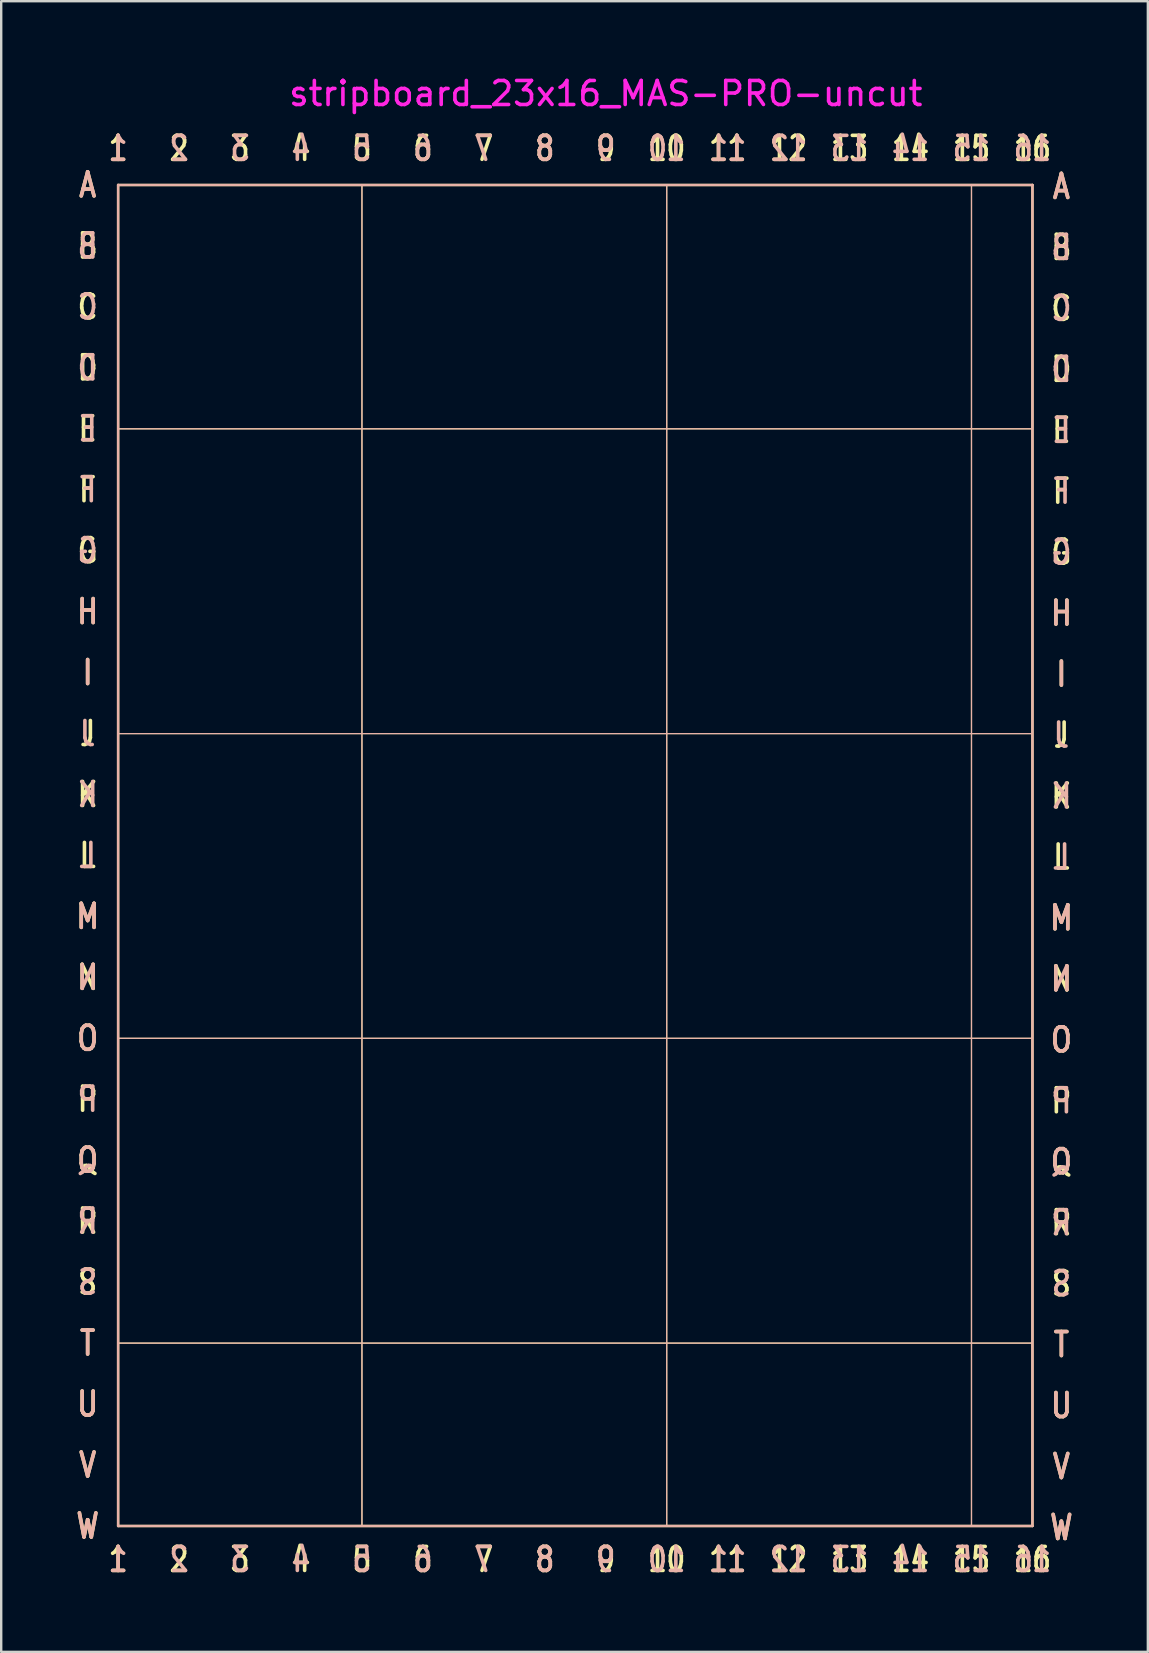
<source format=kicad_pcb>
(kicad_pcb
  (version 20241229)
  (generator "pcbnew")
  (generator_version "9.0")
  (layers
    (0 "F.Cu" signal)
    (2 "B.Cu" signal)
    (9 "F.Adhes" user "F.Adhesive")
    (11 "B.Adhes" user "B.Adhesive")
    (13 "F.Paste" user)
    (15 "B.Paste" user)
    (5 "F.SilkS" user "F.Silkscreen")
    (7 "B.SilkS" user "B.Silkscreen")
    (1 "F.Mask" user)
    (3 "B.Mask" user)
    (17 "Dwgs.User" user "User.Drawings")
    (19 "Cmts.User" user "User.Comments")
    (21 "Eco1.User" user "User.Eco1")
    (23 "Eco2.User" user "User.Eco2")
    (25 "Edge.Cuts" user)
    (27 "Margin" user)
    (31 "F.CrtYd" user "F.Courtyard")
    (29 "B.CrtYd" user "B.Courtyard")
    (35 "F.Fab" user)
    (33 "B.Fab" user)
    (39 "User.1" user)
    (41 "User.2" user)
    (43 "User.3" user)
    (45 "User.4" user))
  (footprint "stripboard_23x16_MAS-PRO-uncut"
    (layer "F.Cu")
    (at 22.192 33.868)
    (property "Reference" "stripboard_23x16_MAS-PRO-uncut" (at 0 -33.02 0) (layer "F.CrtYd") (effects (font (size 1 1) (thickness 0.15))))
    (attr exclude_from_pos_files exclude_from_bom)
    (fp_line (start -20.32 -29.21) (end -20.32 26.67) (stroke (width 0.1) (type solid)) (layer "F.SilkS"))
    (fp_line (start -20.32 -19.05) (end 17.78 -19.05) (stroke (width 0.05) (type solid)) (layer "F.SilkS"))
    (fp_line (start -20.32 -6.35) (end 17.78 -6.35) (stroke (width 0.05) (type solid)) (layer "F.SilkS"))
    (fp_line (start -20.32 6.35) (end 17.78 6.35) (stroke (width 0.05) (type solid)) (layer "F.SilkS"))
    (fp_line (start -20.32 19.05) (end 17.78 19.05) (stroke (width 0.05) (type solid)) (layer "F.SilkS"))
    (fp_line (start -20.32 26.67) (end 17.78 26.67) (stroke (width 0.1) (type solid)) (layer "F.SilkS"))
    (fp_line (start -10.16 -29.21) (end -10.16 26.67) (stroke (width 0.05) (type solid)) (layer "F.SilkS"))
    (fp_line (start 2.54 26.67) (end 2.54 -29.21) (stroke (width 0.05) (type solid)) (layer "F.SilkS"))
    (fp_line (start 15.24 26.67) (end 15.24 -29.21) (stroke (width 0.05) (type solid)) (layer "F.SilkS"))
    (fp_line (start 17.78 -29.21) (end -20.32 -29.21) (stroke (width 0.1) (type solid)) (layer "F.SilkS"))
    (fp_line (start 17.78 26.67) (end 17.78 -29.21) (stroke (width 0.1) (type solid)) (layer "F.SilkS"))
    (fp_line (start -20.32 -29.21) (end -20.32 26.67) (stroke (width 0.1) (type solid)) (layer "B.SilkS"))
    (fp_line (start -20.32 -19.05) (end 17.78 -19.05) (stroke (width 0.05) (type solid)) (layer "B.SilkS"))
    (fp_line (start -20.32 -6.35) (end 17.78 -6.35) (stroke (width 0.05) (type solid)) (layer "B.SilkS"))
    (fp_line (start -20.32 6.35) (end 17.78 6.35) (stroke (width 0.05) (type solid)) (layer "B.SilkS"))
    (fp_line (start -20.32 19.05) (end 17.78 19.05) (stroke (width 0.05) (type solid)) (layer "B.SilkS"))
    (fp_line (start -20.32 26.67) (end 17.78 26.67) (stroke (width 0.1) (type solid)) (layer "B.SilkS"))
    (fp_line (start -10.16 -29.21) (end -10.16 26.67) (stroke (width 0.05) (type solid)) (layer "B.SilkS"))
    (fp_line (start 2.54 26.67) (end 2.54 -29.21) (stroke (width 0.05) (type solid)) (layer "B.SilkS"))
    (fp_line (start 15.24 26.67) (end 15.24 -29.21) (stroke (width 0.05) (type solid)) (layer "B.SilkS"))
    (fp_line (start 17.78 -29.21) (end -20.32 -29.21) (stroke (width 0.1) (type solid)) (layer "B.SilkS"))
    (fp_line (start 17.78 26.67) (end 17.78 -29.21) (stroke (width 0.1) (type solid)) (layer "B.SilkS"))
    (fp_text user "U" (at -21.59 21.59 180) (layer "F.SilkS") (effects (font (size 1 0.8) (thickness 0.15))))
    (fp_text user "6" (at -7.62 28.067 0) (layer "F.SilkS") (effects (font (size 1 0.8) (thickness 0.15))))
    (fp_text user "A" (at 18.986 -29.146 180) (layer "F.SilkS") (effects (font (size 1 0.8) (thickness 0.15))))
    (fp_text user "7" (at -5.08 28.067 0) (layer "F.SilkS") (effects (font (size 1 0.8) (thickness 0.15))))
    (fp_text user "G" (at 18.986 -13.906 180) (layer "F.SilkS") (effects (font (size 1 0.8) (thickness 0.15))))
    (fp_text user "O" (at -21.59 6.35 180) (layer "F.SilkS") (effects (font (size 1 0.8) (thickness 0.15))))
    (fp_text user "B" (at -21.59 -26.67 180) (layer "F.SilkS") (effects (font (size 1 0.8) (thickness 0.15))))
    (fp_text user "W" (at -21.59 26.67 180) (layer "F.SilkS") (effects (font (size 1 0.8) (thickness 0.15))))
    (fp_text user "5" (at -10.16 -30.734 0) (layer "F.SilkS") (effects (font (size 1 0.8) (thickness 0.15))))
    (fp_text user "M" (at 18.986 1.333 180) (layer "F.SilkS") (effects (font (size 1 0.8) (thickness 0.15))))
    (fp_text user "K" (at -21.59 -3.81 180) (layer "F.SilkS") (effects (font (size 1 0.8) (thickness 0.15))))
    (fp_text user "E" (at 18.986 -18.986 180) (layer "F.SilkS") (effects (font (size 1 0.8) (thickness 0.15))))
    (fp_text user "11" (at 5.08 28.067 0) (layer "F.SilkS") (effects (font (size 1 0.8) (thickness 0.15))))
    (fp_text user "10" (at 2.54 28.067 0) (layer "F.SilkS") (effects (font (size 1 0.8) (thickness 0.15))))
    (fp_text user "13" (at 10.16 -30.734 0) (layer "F.SilkS") (effects (font (size 1 0.8) (thickness 0.15))))
    (fp_text user "V" (at -21.59 24.13 180) (layer "F.SilkS") (effects (font (size 1 0.8) (thickness 0.15))))
    (fp_text user "9" (at 0 -30.734 0) (layer "F.SilkS") (effects (font (size 1 0.8) (thickness 0.15))))
    (fp_text user "R" (at 18.986 14.034 180) (layer "F.SilkS") (effects (font (size 1 0.8) (thickness 0.15))))
    (fp_text user "I" (at 18.986 -8.826 180) (layer "F.SilkS") (effects (font (size 1 0.8) (thickness 0.15))))
    (fp_text user "R" (at -21.59 13.97 180) (layer "F.SilkS") (effects (font (size 1 0.8) (thickness 0.15))))
    (fp_text user "8" (at -2.54 -30.734 0) (layer "F.SilkS") (effects (font (size 1 0.8) (thickness 0.15))))
    (fp_text user "5" (at -10.16 28.067 0) (layer "F.SilkS") (effects (font (size 1 0.8) (thickness 0.15))))
    (fp_text user "G" (at -21.59 -13.97 180) (layer "F.SilkS") (effects (font (size 1 0.8) (thickness 0.15))))
    (fp_text user "4" (at -12.7 -30.734 0) (layer "F.SilkS") (effects (font (size 1 0.8) (thickness 0.15))))
    (fp_text user "J" (at -21.59 -6.35 180) (layer "F.SilkS") (effects (font (size 1 0.8) (thickness 0.15))))
    (fp_text user "16" (at 17.78 28.067 0) (layer "F.SilkS") (effects (font (size 1 0.8) (thickness 0.15))))
    (fp_text user "13" (at 10.16 28.067 0) (layer "F.SilkS") (effects (font (size 1 0.8) (thickness 0.15))))
    (fp_text user "P" (at -21.59 8.89 180) (layer "F.SilkS") (effects (font (size 1 0.8) (thickness 0.15))))
    (fp_text user "M" (at -21.59 1.27 180) (layer "F.SilkS") (effects (font (size 1 0.8) (thickness 0.15))))
    (fp_text user "3" (at -15.24 28.067 0) (layer "F.SilkS") (effects (font (size 1 0.8) (thickness 0.15))))
    (fp_text user "15" (at 15.24 28.067 0) (layer "F.SilkS") (effects (font (size 1 0.8) (thickness 0.15))))
    (fp_text user "11" (at 5.08 -30.734 0) (layer "F.SilkS") (effects (font (size 1 0.8) (thickness 0.15))))
    (fp_text user "C" (at 18.986 -24.067 180) (layer "F.SilkS") (effects (font (size 1 0.8) (thickness 0.15))))
    (fp_text user "O" (at 18.986 6.413 180) (layer "F.SilkS") (effects (font (size 1 0.8) (thickness 0.15))))
    (fp_text user "3" (at -15.24 -30.734 0) (layer "F.SilkS") (effects (font (size 1 0.8) (thickness 0.15))))
    (fp_text user "7" (at -5.08 -30.734 0) (layer "F.SilkS") (effects (font (size 1 0.8) (thickness 0.15))))
    (fp_text user "L" (at -21.59 -1.27 180) (layer "F.SilkS") (effects (font (size 1 0.8) (thickness 0.15))))
    (fp_text user "I" (at -21.59 -8.89 180) (layer "F.SilkS") (effects (font (size 1 0.8) (thickness 0.15))))
    (fp_text user "H" (at -21.59 -11.43 180) (layer "F.SilkS") (effects (font (size 1 0.8) (thickness 0.15))))
    (fp_text user "16" (at 17.78 -30.734 0) (layer "F.SilkS") (effects (font (size 1 0.8) (thickness 0.15))))
    (fp_text user "E" (at -21.59 -19.05 180) (layer "F.SilkS") (effects (font (size 1 0.8) (thickness 0.15))))
    (fp_text user "N" (at -21.59 3.81 180) (layer "F.SilkS") (effects (font (size 1 0.8) (thickness 0.15))))
    (fp_text user "9" (at 0 28.067 0) (layer "F.SilkS") (effects (font (size 1 0.8) (thickness 0.15))))
    (fp_text user "K" (at 18.986 -3.747 180) (layer "F.SilkS") (effects (font (size 1 0.8) (thickness 0.15))))
    (fp_text user "S" (at 18.986 16.573 180) (layer "F.SilkS") (effects (font (size 1 0.8) (thickness 0.15))))
    (fp_text user "L" (at 18.986 -1.206 180) (layer "F.SilkS") (effects (font (size 1 0.8) (thickness 0.15))))
    (fp_text user "P" (at 18.986 8.954 180) (layer "F.SilkS") (effects (font (size 1 0.8) (thickness 0.15))))
    (fp_text user "2" (at -17.78 28.067 0) (layer "F.SilkS") (effects (font (size 1 0.8) (thickness 0.15))))
    (fp_text user "Q" (at -21.59 11.43 180) (layer "F.SilkS") (effects (font (size 1 0.8) (thickness 0.15))))
    (fp_text user "12" (at 7.62 -30.734 0) (layer "F.SilkS") (effects (font (size 1 0.8) (thickness 0.15))))
    (fp_text user "U" (at 18.986 21.654 180) (layer "F.SilkS") (effects (font (size 1 0.8) (thickness 0.15))))
    (fp_text user "14" (at 12.7 -30.734 0) (layer "F.SilkS") (effects (font (size 1 0.8) (thickness 0.15))))
    (fp_text user "N" (at 18.986 3.873 180) (layer "F.SilkS") (effects (font (size 1 0.8) (thickness 0.15))))
    (fp_text user "V" (at 18.986 24.194 180) (layer "F.SilkS") (effects (font (size 1 0.8) (thickness 0.15))))
    (fp_text user "D" (at -21.59 -21.59 180) (layer "F.SilkS") (effects (font (size 1 0.8) (thickness 0.15))))
    (fp_text user "B" (at 18.986 -26.607 180) (layer "F.SilkS") (effects (font (size 1 0.8) (thickness 0.15))))
    (fp_text user "12" (at 7.62 28.067 0) (layer "F.SilkS") (effects (font (size 1 0.8) (thickness 0.15))))
    (fp_text user "W" (at 18.986 26.733 180) (layer "F.SilkS") (effects (font (size 1 0.8) (thickness 0.15))))
    (fp_text user "D" (at 18.986 -21.526 180) (layer "F.SilkS") (effects (font (size 1 0.8) (thickness 0.15))))
    (fp_text user "S" (at -21.59 16.51 180) (layer "F.SilkS") (effects (font (size 1 0.8) (thickness 0.15))))
    (fp_text user "15" (at 15.24 -30.734 0) (layer "F.SilkS") (effects (font (size 1 0.8) (thickness 0.15))))
    (fp_text user "4" (at -12.7 28.067 0) (layer "F.SilkS") (effects (font (size 1 0.8) (thickness 0.15))))
    (fp_text user "A" (at -21.59 -29.21 180) (layer "F.SilkS") (effects (font (size 1 0.8) (thickness 0.15))))
    (fp_text user "14" (at 12.7 28.067 0) (layer "F.SilkS") (effects (font (size 1 0.8) (thickness 0.15))))
    (fp_text user "C" (at -21.59 -24.13 180) (layer "F.SilkS") (effects (font (size 1 0.8) (thickness 0.15))))
    (fp_text user "Q" (at 18.986 11.493 180) (layer "F.SilkS") (effects (font (size 1 0.8) (thickness 0.15))))
    (fp_text user "6" (at -7.62 -30.734 0) (layer "F.SilkS") (effects (font (size 1 0.8) (thickness 0.15))))
    (fp_text user "T" (at -21.59 19.05 180) (layer "F.SilkS") (effects (font (size 1 0.8) (thickness 0.15))))
    (fp_text user "T" (at 18.986 19.113 180) (layer "F.SilkS") (effects (font (size 1 0.8) (thickness 0.15))))
    (fp_text user "1" (at -20.32 -30.734 0) (layer "F.SilkS") (effects (font (size 1 0.8) (thickness 0.15))))
    (fp_text user "J" (at 18.986 -6.287 180) (layer "F.SilkS") (effects (font (size 1 0.8) (thickness 0.15))))
    (fp_text user "1" (at -20.32 28.067 0) (layer "F.SilkS") (effects (font (size 1 0.8) (thickness 0.15))))
    (fp_text user "2" (at -17.78 -30.734 0) (layer "F.SilkS") (effects (font (size 1 0.8) (thickness 0.15))))
    (fp_text user "8" (at -2.54 28.067 0) (layer "F.SilkS") (effects (font (size 1 0.8) (thickness 0.15))))
    (fp_text user "F" (at -21.59 -16.51 180) (layer "F.SilkS") (effects (font (size 1 0.8) (thickness 0.15))))
    (fp_text user "F" (at 18.986 -16.447 180) (layer "F.SilkS") (effects (font (size 1 0.8) (thickness 0.15))))
    (fp_text user "H" (at 18.986 -11.367 180) (layer "F.SilkS") (effects (font (size 1 0.8) (thickness 0.15))))
    (fp_text user "10" (at 2.54 -30.734 0) (layer "F.SilkS") (effects (font (size 1 0.8) (thickness 0.15))))
    (fp_text user "6" (at -7.62 -30.734 0) (layer "B.SilkS") (effects (font (size 1 0.8) (thickness 0.15)) (justify mirror)))
    (fp_text user "9" (at 0 28.067 0) (layer "B.SilkS") (effects (font (size 1 0.8) (thickness 0.15)) (justify mirror)))
    (fp_text user "H" (at 18.986 -11.367 180) (layer "B.SilkS") (effects (font (size 1 0.8) (thickness 0.15)) (justify mirror)))
    (fp_text user "W" (at 18.986 26.733 180) (layer "B.SilkS") (effects (font (size 1 0.8) (thickness 0.15)) (justify mirror)))
    (fp_text user "11" (at 5.08 -30.734 0) (layer "B.SilkS") (effects (font (size 1 0.8) (thickness 0.15)) (justify mirror)))
    (fp_text user "D" (at -21.59 -21.59 180) (layer "B.SilkS") (effects (font (size 1 0.8) (thickness 0.15)) (justify mirror)))
    (fp_text user "10" (at 2.54 28.067 0) (layer "B.SilkS") (effects (font (size 1 0.8) (thickness 0.15)) (justify mirror)))
    (fp_text user "4" (at -12.7 -30.734 0) (layer "B.SilkS") (effects (font (size 1 0.8) (thickness 0.15)) (justify mirror)))
    (fp_text user "16" (at 17.78 -30.734 0) (layer "B.SilkS") (effects (font (size 1 0.8) (thickness 0.15)) (justify mirror)))
    (fp_text user "11" (at 5.08 28.067 0) (layer "B.SilkS") (effects (font (size 1 0.8) (thickness 0.15)) (justify mirror)))
    (fp_text user "8" (at -2.54 28.067 0) (layer "B.SilkS") (effects (font (size 1 0.8) (thickness 0.15)) (justify mirror)))
    (fp_text user "12" (at 7.62 28.067 0) (layer "B.SilkS") (effects (font (size 1 0.8) (thickness 0.15)) (justify mirror)))
    (fp_text user "S" (at -21.59 16.51 180) (layer "B.SilkS") (effects (font (size 1 0.8) (thickness 0.15)) (justify mirror)))
    (fp_text user "H" (at -21.59 -11.43 180) (layer "B.SilkS") (effects (font (size 1 0.8) (thickness 0.15)) (justify mirror)))
    (fp_text user "O" (at 18.986 6.413 180) (layer "B.SilkS") (effects (font (size 1 0.8) (thickness 0.15)) (justify mirror)))
    (fp_text user "1" (at -20.32 -30.734 0) (layer "B.SilkS") (effects (font (size 1 0.8) (thickness 0.15)) (justify mirror)))
    (fp_text user "A" (at 18.986 -29.146 180) (layer "B.SilkS") (effects (font (size 1 0.8) (thickness 0.15)) (justify mirror)))
    (fp_text user "G" (at -21.59 -13.97 180) (layer "B.SilkS") (effects (font (size 1 0.8) (thickness 0.15)) (justify mirror)))
    (fp_text user "3" (at -15.24 28.067 0) (layer "B.SilkS") (effects (font (size 1 0.8) (thickness 0.15)) (justify mirror)))
    (fp_text user "Q" (at -21.59 11.43 180) (layer "B.SilkS") (effects (font (size 1 0.8) (thickness 0.15)) (justify mirror)))
    (fp_text user "12" (at 7.62 -30.734 0) (layer "B.SilkS") (effects (font (size 1 0.8) (thickness 0.15)) (justify mirror)))
    (fp_text user "7" (at -5.08 28.067 0) (layer "B.SilkS") (effects (font (size 1 0.8) (thickness 0.15)) (justify mirror)))
    (fp_text user "B" (at 18.986 -26.607 180) (layer "B.SilkS") (effects (font (size 1 0.8) (thickness 0.15)) (justify mirror)))
    (fp_text user "2" (at -17.78 -30.734 0) (layer "B.SilkS") (effects (font (size 1 0.8) (thickness 0.15)) (justify mirror)))
    (fp_text user "A" (at -21.59 -29.21 180) (layer "B.SilkS") (effects (font (size 1 0.8) (thickness 0.15)) (justify mirror)))
    (fp_text user "5" (at -10.16 28.067 0) (layer "B.SilkS") (effects (font (size 1 0.8) (thickness 0.15)) (justify mirror)))
    (fp_text user "2" (at -17.78 28.067 0) (layer "B.SilkS") (effects (font (size 1 0.8) (thickness 0.15)) (justify mirror)))
    (fp_text user "N" (at -21.59 3.81 180) (layer "B.SilkS") (effects (font (size 1 0.8) (thickness 0.15)) (justify mirror)))
    (fp_text user "1" (at -20.32 28.067 0) (layer "B.SilkS") (effects (font (size 1 0.8) (thickness 0.15)) (justify mirror)))
    (fp_text user "8" (at -2.54 -30.734 0) (layer "B.SilkS") (effects (font (size 1 0.8) (thickness 0.15)) (justify mirror)))
    (fp_text user "T" (at -21.59 19.05 180) (layer "B.SilkS") (effects (font (size 1 0.8) (thickness 0.15)) (justify mirror)))
    (fp_text user "T" (at 18.986 19.113 180) (layer "B.SilkS") (effects (font (size 1 0.8) (thickness 0.15)) (justify mirror)))
    (fp_text user "P" (at 18.986 8.954 180) (layer "B.SilkS") (effects (font (size 1 0.8) (thickness 0.15)) (justify mirror)))
    (fp_text user "K" (at 18.986 -3.747 180) (layer "B.SilkS") (effects (font (size 1 0.8) (thickness 0.15)) (justify mirror)))
    (fp_text user "9" (at 0 -30.734 0) (layer "B.SilkS") (effects (font (size 1 0.8) (thickness 0.15)) (justify mirror)))
    (fp_text user "M" (at -21.59 1.27 180) (layer "B.SilkS") (effects (font (size 1 0.8) (thickness 0.15)) (justify mirror)))
    (fp_text user "5" (at -10.16 -30.734 0) (layer "B.SilkS") (effects (font (size 1 0.8) (thickness 0.15)) (justify mirror)))
    (fp_text user "N" (at 18.986 3.873 180) (layer "B.SilkS") (effects (font (size 1 0.8) (thickness 0.15)) (justify mirror)))
    (fp_text user "O" (at -21.59 6.35 180) (layer "B.SilkS") (effects (font (size 1 0.8) (thickness 0.15)) (justify mirror)))
    (fp_text user "E" (at -21.59 -19.05 180) (layer "B.SilkS") (effects (font (size 1 0.8) (thickness 0.15)) (justify mirror)))
    (fp_text user "15" (at 15.24 28.067 0) (layer "B.SilkS") (effects (font (size 1 0.8) (thickness 0.15)) (justify mirror)))
    (fp_text user "R" (at -21.59 13.97 180) (layer "B.SilkS") (effects (font (size 1 0.8) (thickness 0.15)) (justify mirror)))
    (fp_text user "F" (at 18.986 -16.447 180) (layer "B.SilkS") (effects (font (size 1 0.8) (thickness 0.15)) (justify mirror)))
    (fp_text user "I" (at -21.59 -8.89 180) (layer "B.SilkS") (effects (font (size 1 0.8) (thickness 0.15)) (justify mirror)))
    (fp_text user "Q" (at 18.986 11.493 180) (layer "B.SilkS") (effects (font (size 1 0.8) (thickness 0.15)) (justify mirror)))
    (fp_text user "J" (at -21.59 -6.35 180) (layer "B.SilkS") (effects (font (size 1 0.8) (thickness 0.15)) (justify mirror)))
    (fp_text user "L" (at 18.986 -1.206 180) (layer "B.SilkS") (effects (font (size 1 0.8) (thickness 0.15)) (justify mirror)))
    (fp_text user "4" (at -12.7 28.067 0) (layer "B.SilkS") (effects (font (size 1 0.8) (thickness 0.15)) (justify mirror)))
    (fp_text user "E" (at 18.986 -18.986 180) (layer "B.SilkS") (effects (font (size 1 0.8) (thickness 0.15)) (justify mirror)))
    (fp_text user "K" (at -21.59 -3.81 180) (layer "B.SilkS") (effects (font (size 1 0.8) (thickness 0.15)) (justify mirror)))
    (fp_text user "7" (at -5.08 -30.734 0) (layer "B.SilkS") (effects (font (size 1 0.8) (thickness 0.15)) (justify mirror)))
    (fp_text user "B" (at -21.59 -26.67 180) (layer "B.SilkS") (effects (font (size 1 0.8) (thickness 0.15)) (justify mirror)))
    (fp_text user "3" (at -15.24 -30.734 0) (layer "B.SilkS") (effects (font (size 1 0.8) (thickness 0.15)) (justify mirror)))
    (fp_text user "J" (at 18.986 -6.287 180) (layer "B.SilkS") (effects (font (size 1 0.8) (thickness 0.15)) (justify mirror)))
    (fp_text user "D" (at 18.986 -21.526 180) (layer "B.SilkS") (effects (font (size 1 0.8) (thickness 0.15)) (justify mirror)))
    (fp_text user "M" (at 18.986 1.333 180) (layer "B.SilkS") (effects (font (size 1 0.8) (thickness 0.15)) (justify mirror)))
    (fp_text user "10" (at 2.54 -30.734 0) (layer "B.SilkS") (effects (font (size 1 0.8) (thickness 0.15)) (justify mirror)))
    (fp_text user "W" (at -21.59 26.67 180) (layer "B.SilkS") (effects (font (size 1 0.8) (thickness 0.15)) (justify mirror)))
    (fp_text user "C" (at -21.59 -24.13 180) (layer "B.SilkS") (effects (font (size 1 0.8) (thickness 0.15)) (justify mirror)))
    (fp_text user "I" (at 18.986 -8.826 180) (layer "B.SilkS") (effects (font (size 1 0.8) (thickness 0.15)) (justify mirror)))
    (fp_text user "14" (at 12.7 -30.734 0) (layer "B.SilkS") (effects (font (size 1 0.8) (thickness 0.15)) (justify mirror)))
    (fp_text user "F" (at -21.59 -16.51 180) (layer "B.SilkS") (effects (font (size 1 0.8) (thickness 0.15)) (justify mirror)))
    (fp_text user "U" (at -21.59 21.59 180) (layer "B.SilkS") (effects (font (size 1 0.8) (thickness 0.15)) (justify mirror)))
    (fp_text user "G" (at 18.986 -13.906 180) (layer "B.SilkS") (effects (font (size 1 0.8) (thickness 0.15)) (justify mirror)))
    (fp_text user "P" (at -21.59 8.89 180) (layer "B.SilkS") (effects (font (size 1 0.8) (thickness 0.15)) (justify mirror)))
    (fp_text user "S" (at 18.986 16.573 180) (layer "B.SilkS") (effects (font (size 1 0.8) (thickness 0.15)) (justify mirror)))
    (fp_text user "15" (at 15.24 -30.734 0) (layer "B.SilkS") (effects (font (size 1 0.8) (thickness 0.15)) (justify mirror)))
    (fp_text user "14" (at 12.7 28.067 0) (layer "B.SilkS") (effects (font (size 1 0.8) (thickness 0.15)) (justify mirror)))
    (fp_text user "16" (at 17.78 28.067 0) (layer "B.SilkS") (effects (font (size 1 0.8) (thickness 0.15)) (justify mirror)))
    (fp_text user "V" (at 18.986 24.194 180) (layer "B.SilkS") (effects (font (size 1 0.8) (thickness 0.15)) (justify mirror)))
    (fp_text user "V" (at -21.59 24.13 180) (layer "B.SilkS") (effects (font (size 1 0.8) (thickness 0.15)) (justify mirror)))
    (fp_text user "U" (at 18.986 21.654 180) (layer "B.SilkS") (effects (font (size 1 0.8) (thickness 0.15)) (justify mirror)))
    (fp_text user "R" (at 18.986 14.034 180) (layer "B.SilkS") (effects (font (size 1 0.8) (thickness 0.15)) (justify mirror)))
    (fp_text user "C" (at 18.986 -24.067 180) (layer "B.SilkS") (effects (font (size 1 0.8) (thickness 0.15)) (justify mirror)))
    (fp_text user "6" (at -7.62 28.067 0) (layer "B.SilkS") (effects (font (size 1 0.8) (thickness 0.15)) (justify mirror)))
    (fp_text user "L" (at -21.59 -1.27 180) (layer "B.SilkS") (effects (font (size 1 0.8) (thickness 0.15)) (justify mirror)))
    (fp_text user "13" (at 10.16 -30.734 0) (layer "B.SilkS") (effects (font (size 1 0.8) (thickness 0.15)) (justify mirror)))
    (fp_text user "13" (at 10.16 28.067 0) (layer "B.SilkS") (effects (font (size 1 0.8) (thickness 0.15)) (justify mirror))))
  (gr_rect
    (start -3 -3)
    (end 44.781 65.784)
    (stroke (width 0.1) (type default))
    (fill no)
    (layer "Edge.Cuts")))
</source>
